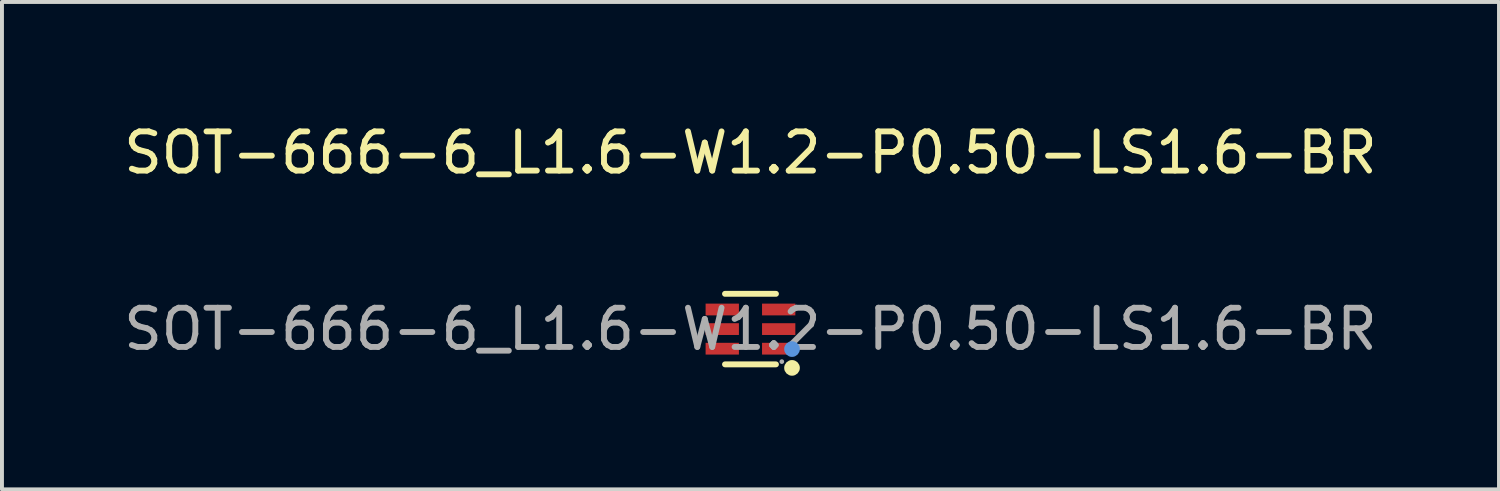
<source format=kicad_pcb>
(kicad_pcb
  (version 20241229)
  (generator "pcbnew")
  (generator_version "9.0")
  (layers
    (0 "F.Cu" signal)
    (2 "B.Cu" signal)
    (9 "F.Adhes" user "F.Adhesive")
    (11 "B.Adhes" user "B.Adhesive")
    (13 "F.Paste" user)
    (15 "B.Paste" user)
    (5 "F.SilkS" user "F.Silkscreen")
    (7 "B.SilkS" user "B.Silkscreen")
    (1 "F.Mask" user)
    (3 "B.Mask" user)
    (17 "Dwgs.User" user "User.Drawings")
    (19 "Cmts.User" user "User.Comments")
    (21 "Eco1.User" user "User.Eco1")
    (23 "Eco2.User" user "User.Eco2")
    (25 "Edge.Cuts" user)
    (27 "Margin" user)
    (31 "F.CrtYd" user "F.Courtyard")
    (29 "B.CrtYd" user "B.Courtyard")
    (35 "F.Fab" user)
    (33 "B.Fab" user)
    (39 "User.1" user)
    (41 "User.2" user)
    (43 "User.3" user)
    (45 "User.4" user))
  (footprint "SOT-666-6_L1.6-W1.2-P0.50-LS1.6-BR"
    (layer "F.Cu")
    (at 16.101 5.348)
    (property "Reference" "SOT-666-6_L1.6-W1.2-P0.50-LS1.6-BR" (at 0 -4.5 0) (layer "F.SilkS") (effects (font (size 1 1) (thickness 0.15))))
    (attr smd)
    (fp_line (start 0.65 -0.9) (end -0.65 -0.9) (stroke (width 0.15) (type solid)) (layer "F.SilkS"))
    (fp_line (start 0.65 0.9) (end -0.65 0.9) (stroke (width 0.15) (type solid)) (layer "F.SilkS"))
    (fp_arc (start 1.06 0.99) (mid 1.06 0.99) (end 1.06 0.99) (stroke (width 0.2) (type solid)) (layer "F.SilkS"))
    (fp_circle (center 1.06 0.51) (end 1.16 0.51) (stroke (width 0.2) (type solid)) (fill no) (layer "Cmts.User"))
    (fp_circle (center 0.8 0.83) (end 0.83 0.83) (stroke (width 0.06) (type solid)) (fill no) (layer "F.Fab"))
    (fp_text user "${REFERENCE}" (at 0 0 0) (layer "F.Fab") (effects (font (size 1 1) (thickness 0.15))))
    (pad "1" smd rect (at 0.72 0.5 90) (size 0.3 0.85) (layers "F.Cu" "F.Mask" "F.Paste"))
    (pad "2" smd rect (at 0.72 0 90) (size 0.3 0.85) (layers "F.Cu" "F.Mask" "F.Paste"))
    (pad "3" smd rect (at 0.72 -0.5 90) (size 0.3 0.85) (layers "F.Cu" "F.Mask" "F.Paste"))
    (pad "4" smd rect (at -0.72 -0.5 90) (size 0.3 0.85) (layers "F.Cu" "F.Mask" "F.Paste"))
    (pad "5" smd rect (at -0.72 0 90) (size 0.3 0.85) (layers "F.Cu" "F.Mask" "F.Paste"))
    (pad "6" smd rect (at -0.72 0.5 90) (size 0.3 0.85) (layers "F.Cu" "F.Mask" "F.Paste")))
  (gr_rect
    (start -3 -3)
    (end 35.202 9.438)
    (stroke (width 0.1) (type default))
    (fill no)
    (layer "Edge.Cuts")))
</source>
